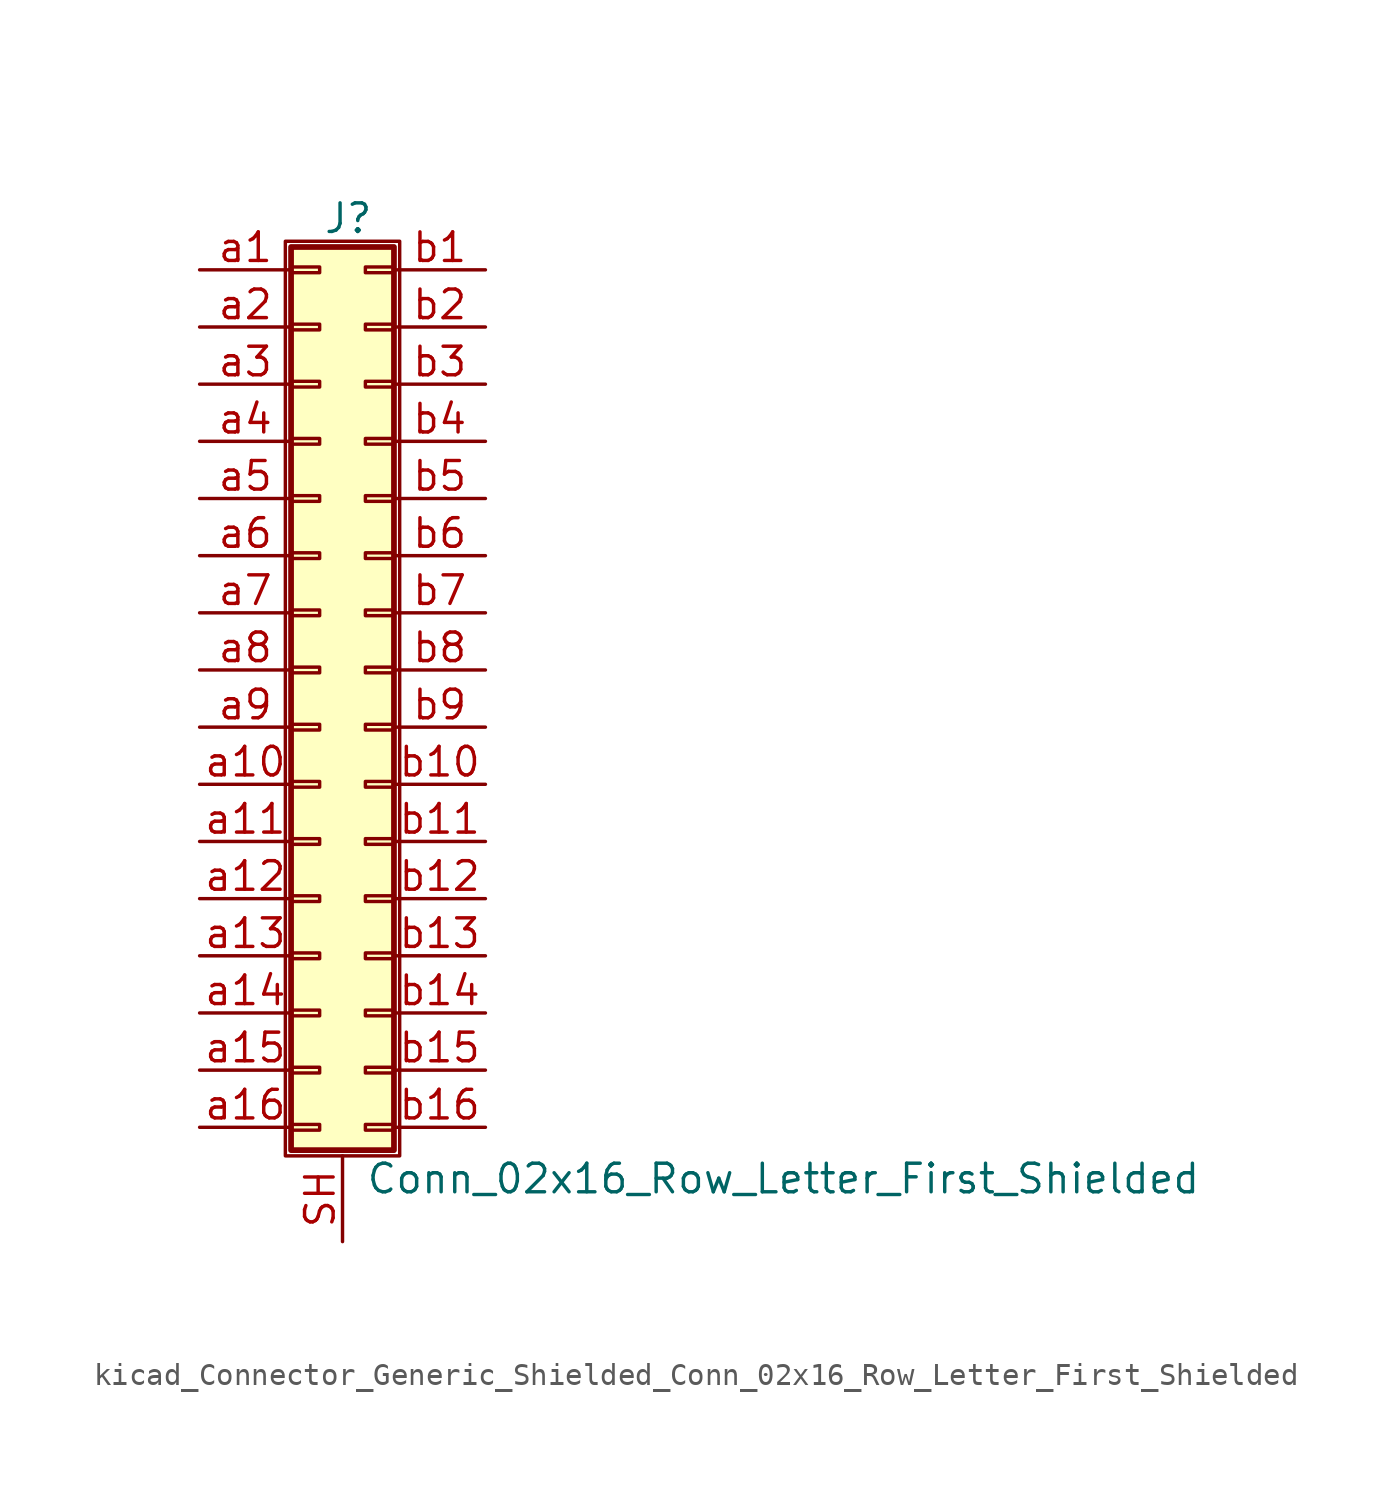
<source format=kicad_sym>
(kicad_symbol_lib
  (version 20220914)
  (generator kicad_symbol_editor)
  (symbol "kicad_Connector_Generic_Shielded_Conn_02x16_Row_Letter_First_Shielded"
    (pin_names
      (offset 1.016) hide)
    (property "Reference" "J"
      (at 1.524 20.066 0)
      (effects (font (size 1.27 1.27))))
    (property "Value" "Conn_02x16_Row_Letter_First_Shielded"
      (at 2.286 -22.606 0)
      (effects (font (size 1.27 1.27)) (justify left)))
    (symbol "kicad_Connector_Generic_Shielded_Conn_02x16_Row_Letter_First_Shielded_1_1"
      (rectangle (start -1.27 19.05) (end 3.81 -21.59) (stroke (width 0.152) (type default)) (fill (type none)))
      (rectangle (start -1.016 -20.193) (end 0.254 -20.447) (stroke (width 0.152) (type default)) (fill (type none)))
      (rectangle (start -1.016 -17.653) (end 0.254 -17.907) (stroke (width 0.152) (type default)) (fill (type none)))
      (rectangle (start -1.016 -15.113) (end 0.254 -15.367) (stroke (width 0.152) (type default)) (fill (type none)))
      (rectangle (start -1.016 -12.573) (end 0.254 -12.827) (stroke (width 0.152) (type default)) (fill (type none)))
      (rectangle (start -1.016 -10.033) (end 0.254 -10.287) (stroke (width 0.152) (type default)) (fill (type none)))
      (rectangle (start -1.016 -7.493) (end 0.254 -7.747) (stroke (width 0.152) (type default)) (fill (type none)))
      (rectangle (start -1.016 -4.953) (end 0.254 -5.207) (stroke (width 0.152) (type default)) (fill (type none)))
      (rectangle (start -1.016 -2.413) (end 0.254 -2.667) (stroke (width 0.152) (type default)) (fill (type none)))
      (rectangle (start -1.016 0.127) (end 0.254 -0.127) (stroke (width 0.152) (type default)) (fill (type none)))
      (rectangle (start -1.016 2.667) (end 0.254 2.413) (stroke (width 0.152) (type default)) (fill (type none)))
      (rectangle (start -1.016 5.207) (end 0.254 4.953) (stroke (width 0.152) (type default)) (fill (type none)))
      (rectangle (start -1.016 7.747) (end 0.254 7.493) (stroke (width 0.152) (type default)) (fill (type none)))
      (rectangle (start -1.016 10.287) (end 0.254 10.033) (stroke (width 0.152) (type default)) (fill (type none)))
      (rectangle (start -1.016 12.827) (end 0.254 12.573) (stroke (width 0.152) (type default)) (fill (type none)))
      (rectangle (start -1.016 15.367) (end 0.254 15.113) (stroke (width 0.152) (type default)) (fill (type none)))
      (rectangle (start -1.016 17.907) (end 0.254 17.653) (stroke (width 0.152) (type default)) (fill (type none)))
      (rectangle (start -1.016 18.796) (end 3.556 -21.336) (stroke (width 0.254) (type default)) (fill (type background)))
      (rectangle (start 3.556 -20.193) (end 2.286 -20.447) (stroke (width 0.152) (type default)) (fill (type none)))
      (rectangle (start 3.556 -17.653) (end 2.286 -17.907) (stroke (width 0.152) (type default)) (fill (type none)))
      (rectangle (start 3.556 -15.113) (end 2.286 -15.367) (stroke (width 0.152) (type default)) (fill (type none)))
      (rectangle (start 3.556 -12.573) (end 2.286 -12.827) (stroke (width 0.152) (type default)) (fill (type none)))
      (rectangle (start 3.556 -10.033) (end 2.286 -10.287) (stroke (width 0.152) (type default)) (fill (type none)))
      (rectangle (start 3.556 -7.493) (end 2.286 -7.747) (stroke (width 0.152) (type default)) (fill (type none)))
      (rectangle (start 3.556 -4.953) (end 2.286 -5.207) (stroke (width 0.152) (type default)) (fill (type none)))
      (rectangle (start 3.556 -2.413) (end 2.286 -2.667) (stroke (width 0.152) (type default)) (fill (type none)))
      (rectangle (start 3.556 0.127) (end 2.286 -0.127) (stroke (width 0.152) (type default)) (fill (type none)))
      (rectangle (start 3.556 2.667) (end 2.286 2.413) (stroke (width 0.152) (type default)) (fill (type none)))
      (rectangle (start 3.556 5.207) (end 2.286 4.953) (stroke (width 0.152) (type default)) (fill (type none)))
      (rectangle (start 3.556 7.747) (end 2.286 7.493) (stroke (width 0.152) (type default)) (fill (type none)))
      (rectangle (start 3.556 10.287) (end 2.286 10.033) (stroke (width 0.152) (type default)) (fill (type none)))
      (rectangle (start 3.556 12.827) (end 2.286 12.573) (stroke (width 0.152) (type default)) (fill (type none)))
      (rectangle (start 3.556 15.367) (end 2.286 15.113) (stroke (width 0.152) (type default)) (fill (type none)))
      (rectangle (start 3.556 17.907) (end 2.286 17.653) (stroke (width 0.152) (type default)) (fill (type none)))
      (pin passive line (at 1.27 -25.4 90) (length 3.81) (name "Shield" (effects (font (size 1.27 1.27)))) (number "SH" (effects (font (size 1.27 1.27)))))
      (pin passive line (at -5.08 17.78 0) (length 4.064) (name "Pin_a1" (effects (font (size 1.27 1.27)))) (number "a1" (effects (font (size 1.27 1.27)))))
      (pin passive line (at -5.08 -5.08 0) (length 4.064) (name "Pin_a10" (effects (font (size 1.27 1.27)))) (number "a10" (effects (font (size 1.27 1.27)))))
      (pin passive line (at -5.08 -7.62 0) (length 4.064) (name "Pin_a11" (effects (font (size 1.27 1.27)))) (number "a11" (effects (font (size 1.27 1.27)))))
      (pin passive line (at -5.08 -10.16 0) (length 4.064) (name "Pin_a12" (effects (font (size 1.27 1.27)))) (number "a12" (effects (font (size 1.27 1.27)))))
      (pin passive line (at -5.08 -12.7 0) (length 4.064) (name "Pin_a13" (effects (font (size 1.27 1.27)))) (number "a13" (effects (font (size 1.27 1.27)))))
      (pin passive line (at -5.08 -15.24 0) (length 4.064) (name "Pin_a14" (effects (font (size 1.27 1.27)))) (number "a14" (effects (font (size 1.27 1.27)))))
      (pin passive line (at -5.08 -17.78 0) (length 4.064) (name "Pin_a15" (effects (font (size 1.27 1.27)))) (number "a15" (effects (font (size 1.27 1.27)))))
      (pin passive line (at -5.08 -20.32 0) (length 4.064) (name "Pin_a16" (effects (font (size 1.27 1.27)))) (number "a16" (effects (font (size 1.27 1.27)))))
      (pin passive line (at -5.08 15.24 0) (length 4.064) (name "Pin_a2" (effects (font (size 1.27 1.27)))) (number "a2" (effects (font (size 1.27 1.27)))))
      (pin passive line (at -5.08 12.7 0) (length 4.064) (name "Pin_a3" (effects (font (size 1.27 1.27)))) (number "a3" (effects (font (size 1.27 1.27)))))
      (pin passive line (at -5.08 10.16 0) (length 4.064) (name "Pin_a4" (effects (font (size 1.27 1.27)))) (number "a4" (effects (font (size 1.27 1.27)))))
      (pin passive line (at -5.08 7.62 0) (length 4.064) (name "Pin_a5" (effects (font (size 1.27 1.27)))) (number "a5" (effects (font (size 1.27 1.27)))))
      (pin passive line (at -5.08 5.08 0) (length 4.064) (name "Pin_a6" (effects (font (size 1.27 1.27)))) (number "a6" (effects (font (size 1.27 1.27)))))
      (pin passive line (at -5.08 2.54 0) (length 4.064) (name "Pin_a7" (effects (font (size 1.27 1.27)))) (number "a7" (effects (font (size 1.27 1.27)))))
      (pin passive line (at -5.08 0 0) (length 4.064) (name "Pin_a8" (effects (font (size 1.27 1.27)))) (number "a8" (effects (font (size 1.27 1.27)))))
      (pin passive line (at -5.08 -2.54 0) (length 4.064) (name "Pin_a9" (effects (font (size 1.27 1.27)))) (number "a9" (effects (font (size 1.27 1.27)))))
      (pin passive line (at 7.62 17.78 180) (length 4.064) (name "Pin_b1" (effects (font (size 1.27 1.27)))) (number "b1" (effects (font (size 1.27 1.27)))))
      (pin passive line (at 7.62 -5.08 180) (length 4.064) (name "Pin_b10" (effects (font (size 1.27 1.27)))) (number "b10" (effects (font (size 1.27 1.27)))))
      (pin passive line (at 7.62 -7.62 180) (length 4.064) (name "Pin_b11" (effects (font (size 1.27 1.27)))) (number "b11" (effects (font (size 1.27 1.27)))))
      (pin passive line (at 7.62 -10.16 180) (length 4.064) (name "Pin_b12" (effects (font (size 1.27 1.27)))) (number "b12" (effects (font (size 1.27 1.27)))))
      (pin passive line (at 7.62 -12.7 180) (length 4.064) (name "Pin_b13" (effects (font (size 1.27 1.27)))) (number "b13" (effects (font (size 1.27 1.27)))))
      (pin passive line (at 7.62 -15.24 180) (length 4.064) (name "Pin_b14" (effects (font (size 1.27 1.27)))) (number "b14" (effects (font (size 1.27 1.27)))))
      (pin passive line (at 7.62 -17.78 180) (length 4.064) (name "Pin_b15" (effects (font (size 1.27 1.27)))) (number "b15" (effects (font (size 1.27 1.27)))))
      (pin passive line (at 7.62 -20.32 180) (length 4.064) (name "Pin_b16" (effects (font (size 1.27 1.27)))) (number "b16" (effects (font (size 1.27 1.27)))))
      (pin passive line (at 7.62 15.24 180) (length 4.064) (name "Pin_b2" (effects (font (size 1.27 1.27)))) (number "b2" (effects (font (size 1.27 1.27)))))
      (pin passive line (at 7.62 12.7 180) (length 4.064) (name "Pin_b3" (effects (font (size 1.27 1.27)))) (number "b3" (effects (font (size 1.27 1.27)))))
      (pin passive line (at 7.62 10.16 180) (length 4.064) (name "Pin_b4" (effects (font (size 1.27 1.27)))) (number "b4" (effects (font (size 1.27 1.27)))))
      (pin passive line (at 7.62 7.62 180) (length 4.064) (name "Pin_b5" (effects (font (size 1.27 1.27)))) (number "b5" (effects (font (size 1.27 1.27)))))
      (pin passive line (at 7.62 5.08 180) (length 4.064) (name "Pin_b6" (effects (font (size 1.27 1.27)))) (number "b6" (effects (font (size 1.27 1.27)))))
      (pin passive line (at 7.62 2.54 180) (length 4.064) (name "Pin_b7" (effects (font (size 1.27 1.27)))) (number "b7" (effects (font (size 1.27 1.27)))))
      (pin passive line (at 7.62 0 180) (length 4.064) (name "Pin_b8" (effects (font (size 1.27 1.27)))) (number "b8" (effects (font (size 1.27 1.27)))))
      (pin passive line (at 7.62 -2.54 180) (length 4.064) (name "Pin_b9" (effects (font (size 1.27 1.27)))) (number "b9" (effects (font (size 1.27 1.27))))))))
</source>
